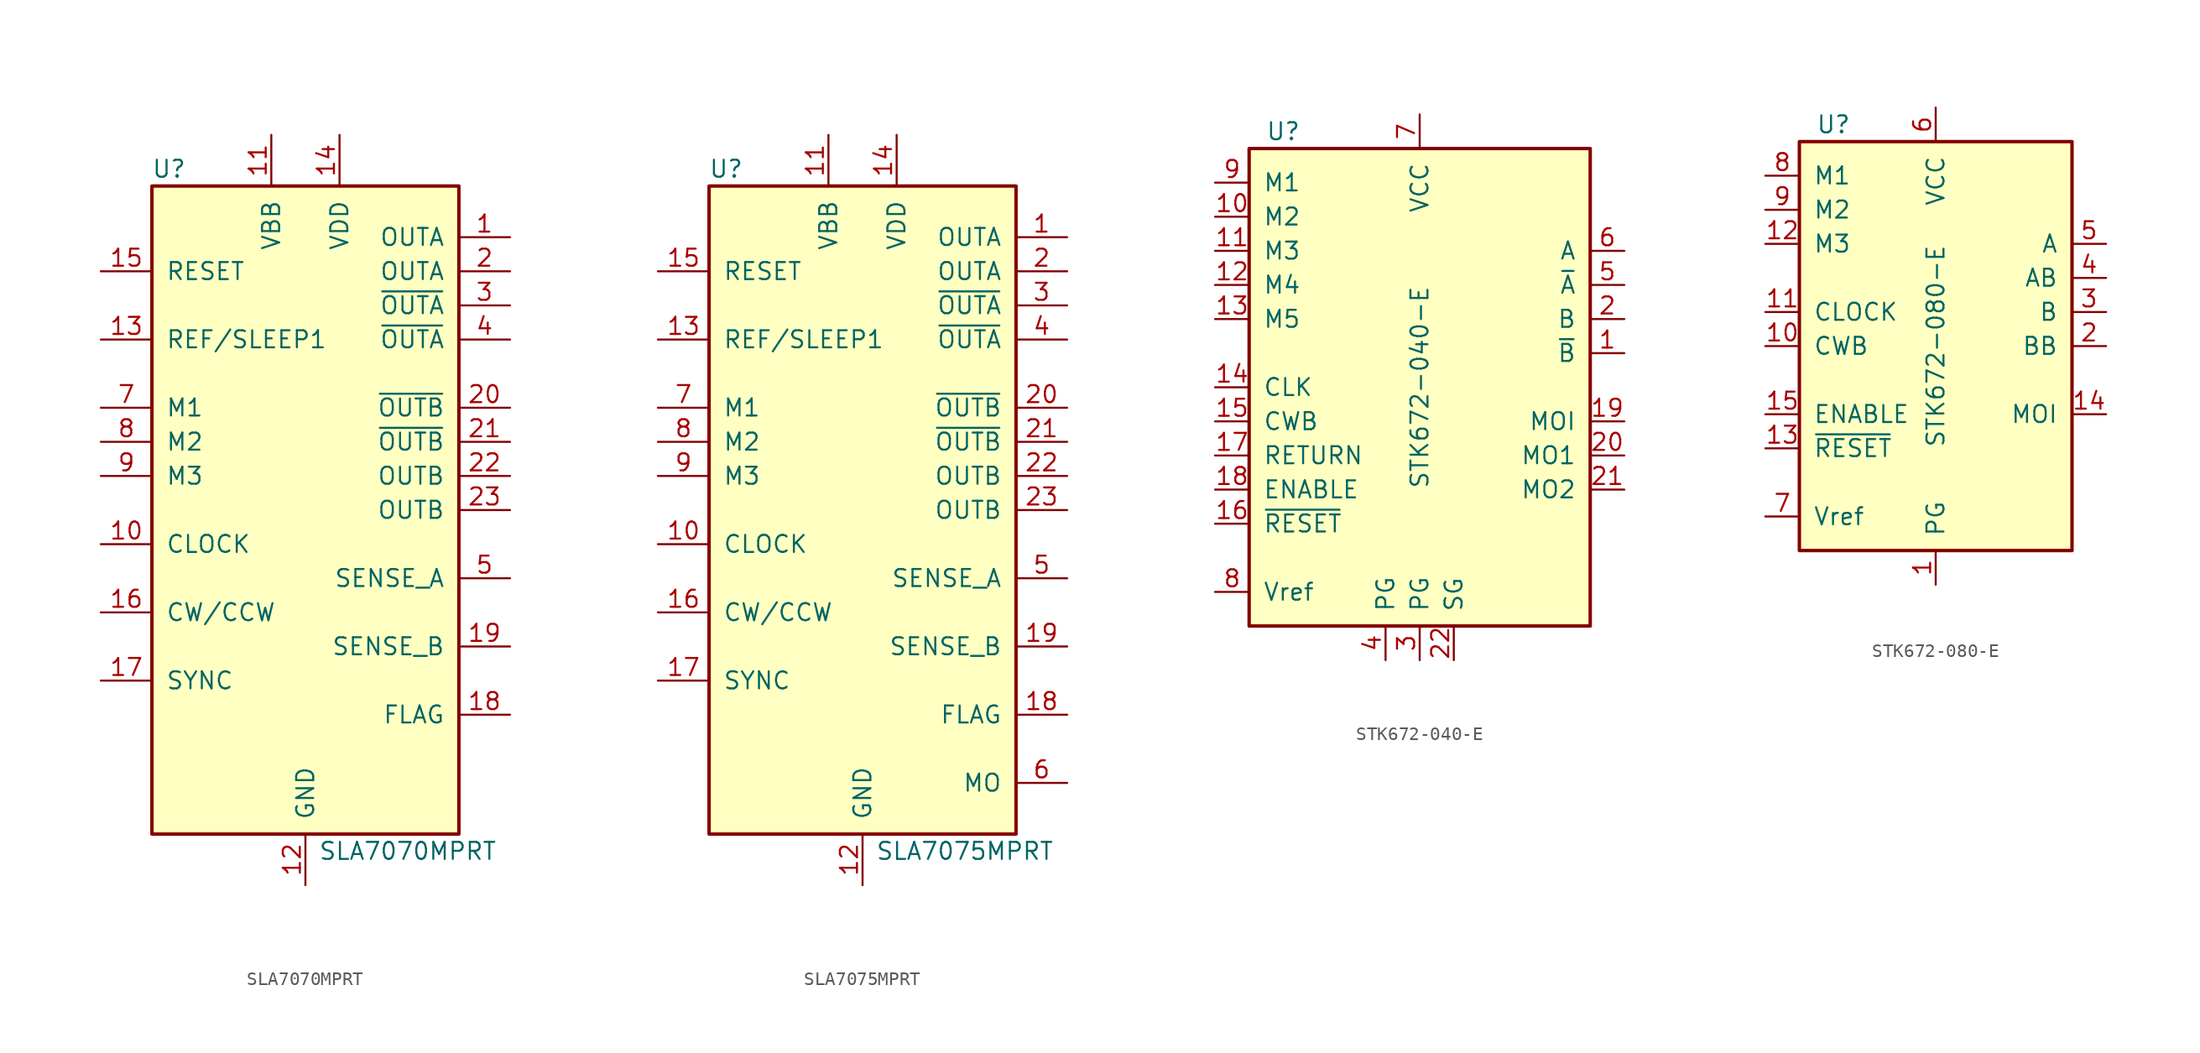
<source format=kicad_sym>
(kicad_symbol_lib
  (version 20201005)
  (generator kicad_symbol_editor)
  (symbol "Driver_Motor:SLA7070MPRT"
    (pin_names
      (offset 1.016))
    (property "Reference" "U"
      (at -10.16 25.4 0)
      (effects (font (size 1.27 1.27))))
    (property "Value" "SLA7070MPRT"
      (at 7.62 -25.4 0)
      (effects (font (size 1.27 1.27))))
    (symbol "SLA7070MPRT_0_1"
      (rectangle (start -11.43 24.13) (end 11.43 -24.13) (stroke (width 0.254)) (fill (type background))))
    (symbol "SLA7070MPRT_1_1"
      (pin output line (at 15.24 20.32 180) (length 3.81) (name "OUTA" (effects (font (size 1.27 1.27)))) (number "1" (effects (font (size 1.27 1.27)))))
      (pin input line (at -15.24 -2.54 0) (length 3.81) (name "CLOCK" (effects (font (size 1.27 1.27)))) (number "10" (effects (font (size 1.27 1.27)))))
      (pin power_in line (at -2.54 27.94 270) (length 3.81) (name "VBB" (effects (font (size 1.27 1.27)))) (number "11" (effects (font (size 1.27 1.27)))))
      (pin power_in line (at 0 -27.94 90) (length 3.81) (name "GND" (effects (font (size 1.27 1.27)))) (number "12" (effects (font (size 1.27 1.27)))))
      (pin input line (at -15.24 12.7 0) (length 3.81) (name "REF/SLEEP1" (effects (font (size 1.27 1.27)))) (number "13" (effects (font (size 1.27 1.27)))))
      (pin power_in line (at 2.54 27.94 270) (length 3.81) (name "VDD" (effects (font (size 1.27 1.27)))) (number "14" (effects (font (size 1.27 1.27)))))
      (pin input line (at -15.24 17.78 0) (length 3.81) (name "RESET" (effects (font (size 1.27 1.27)))) (number "15" (effects (font (size 1.27 1.27)))))
      (pin input line (at -15.24 -7.62 0) (length 3.81) (name "CW/CCW" (effects (font (size 1.27 1.27)))) (number "16" (effects (font (size 1.27 1.27)))))
      (pin input line (at -15.24 -12.7 0) (length 3.81) (name "SYNC" (effects (font (size 1.27 1.27)))) (number "17" (effects (font (size 1.27 1.27)))))
      (pin output line (at 15.24 -15.24 180) (length 3.81) (name "FLAG" (effects (font (size 1.27 1.27)))) (number "18" (effects (font (size 1.27 1.27)))))
      (pin output line (at 15.24 -10.16 180) (length 3.81) (name "SENSE_B" (effects (font (size 1.27 1.27)))) (number "19" (effects (font (size 1.27 1.27)))))
      (pin output line (at 15.24 17.78 180) (length 3.81) (name "OUTA" (effects (font (size 1.27 1.27)))) (number "2" (effects (font (size 1.27 1.27)))))
      (pin output line (at 15.24 7.62 180) (length 3.81) (name "~OUTB~" (effects (font (size 1.27 1.27)))) (number "20" (effects (font (size 1.27 1.27)))))
      (pin output line (at 15.24 5.08 180) (length 3.81) (name "~OUTB~" (effects (font (size 1.27 1.27)))) (number "21" (effects (font (size 1.27 1.27)))))
      (pin output line (at 15.24 2.54 180) (length 3.81) (name "OUTB" (effects (font (size 1.27 1.27)))) (number "22" (effects (font (size 1.27 1.27)))))
      (pin output line (at 15.24 0 180) (length 3.81) (name "OUTB" (effects (font (size 1.27 1.27)))) (number "23" (effects (font (size 1.27 1.27)))))
      (pin output line (at 15.24 15.24 180) (length 3.81) (name "~OUTA~" (effects (font (size 1.27 1.27)))) (number "3" (effects (font (size 1.27 1.27)))))
      (pin output line (at 15.24 12.7 180) (length 3.81) (name "~OUTA~" (effects (font (size 1.27 1.27)))) (number "4" (effects (font (size 1.27 1.27)))))
      (pin output line (at 15.24 -5.08 180) (length 3.81) (name "SENSE_A" (effects (font (size 1.27 1.27)))) (number "5" (effects (font (size 1.27 1.27)))))
      (pin no_connect line (at 10.16 -20.32 180) (length 3.81) hide (name "N.C." (effects (font (size 1.27 1.27)))) (number "6" (effects (font (size 1.27 1.27)))))
      (pin input line (at -15.24 7.62 0) (length 3.81) (name "M1" (effects (font (size 1.27 1.27)))) (number "7" (effects (font (size 1.27 1.27)))))
      (pin input line (at -15.24 5.08 0) (length 3.81) (name "M2" (effects (font (size 1.27 1.27)))) (number "8" (effects (font (size 1.27 1.27)))))
      (pin input line (at -15.24 2.54 0) (length 3.81) (name "M3" (effects (font (size 1.27 1.27)))) (number "9" (effects (font (size 1.27 1.27)))))))
  (symbol "Driver_Motor:SLA7075MPRT"
    (pin_names
      (offset 1.016))
    (property "Reference" "U"
      (at -10.16 25.4 0)
      (effects (font (size 1.27 1.27))))
    (property "Value" "SLA7075MPRT"
      (at 7.62 -25.4 0)
      (effects (font (size 1.27 1.27))))
    (symbol "SLA7075MPRT_0_1"
      (rectangle (start -11.43 24.13) (end 11.43 -24.13) (stroke (width 0.254)) (fill (type background))))
    (symbol "SLA7075MPRT_1_1"
      (pin output line (at 15.24 20.32 180) (length 3.81) (name "OUTA" (effects (font (size 1.27 1.27)))) (number "1" (effects (font (size 1.27 1.27)))))
      (pin input line (at -15.24 -2.54 0) (length 3.81) (name "CLOCK" (effects (font (size 1.27 1.27)))) (number "10" (effects (font (size 1.27 1.27)))))
      (pin power_in line (at -2.54 27.94 270) (length 3.81) (name "VBB" (effects (font (size 1.27 1.27)))) (number "11" (effects (font (size 1.27 1.27)))))
      (pin power_in line (at 0 -27.94 90) (length 3.81) (name "GND" (effects (font (size 1.27 1.27)))) (number "12" (effects (font (size 1.27 1.27)))))
      (pin input line (at -15.24 12.7 0) (length 3.81) (name "REF/SLEEP1" (effects (font (size 1.27 1.27)))) (number "13" (effects (font (size 1.27 1.27)))))
      (pin power_in line (at 2.54 27.94 270) (length 3.81) (name "VDD" (effects (font (size 1.27 1.27)))) (number "14" (effects (font (size 1.27 1.27)))))
      (pin input line (at -15.24 17.78 0) (length 3.81) (name "RESET" (effects (font (size 1.27 1.27)))) (number "15" (effects (font (size 1.27 1.27)))))
      (pin input line (at -15.24 -7.62 0) (length 3.81) (name "CW/CCW" (effects (font (size 1.27 1.27)))) (number "16" (effects (font (size 1.27 1.27)))))
      (pin input line (at -15.24 -12.7 0) (length 3.81) (name "SYNC" (effects (font (size 1.27 1.27)))) (number "17" (effects (font (size 1.27 1.27)))))
      (pin output line (at 15.24 -15.24 180) (length 3.81) (name "FLAG" (effects (font (size 1.27 1.27)))) (number "18" (effects (font (size 1.27 1.27)))))
      (pin output line (at 15.24 -10.16 180) (length 3.81) (name "SENSE_B" (effects (font (size 1.27 1.27)))) (number "19" (effects (font (size 1.27 1.27)))))
      (pin output line (at 15.24 17.78 180) (length 3.81) (name "OUTA" (effects (font (size 1.27 1.27)))) (number "2" (effects (font (size 1.27 1.27)))))
      (pin output line (at 15.24 7.62 180) (length 3.81) (name "~OUTB~" (effects (font (size 1.27 1.27)))) (number "20" (effects (font (size 1.27 1.27)))))
      (pin output line (at 15.24 5.08 180) (length 3.81) (name "~OUTB~" (effects (font (size 1.27 1.27)))) (number "21" (effects (font (size 1.27 1.27)))))
      (pin output line (at 15.24 2.54 180) (length 3.81) (name "OUTB" (effects (font (size 1.27 1.27)))) (number "22" (effects (font (size 1.27 1.27)))))
      (pin output line (at 15.24 0 180) (length 3.81) (name "OUTB" (effects (font (size 1.27 1.27)))) (number "23" (effects (font (size 1.27 1.27)))))
      (pin output line (at 15.24 15.24 180) (length 3.81) (name "~OUTA~" (effects (font (size 1.27 1.27)))) (number "3" (effects (font (size 1.27 1.27)))))
      (pin output line (at 15.24 12.7 180) (length 3.81) (name "~OUTA~" (effects (font (size 1.27 1.27)))) (number "4" (effects (font (size 1.27 1.27)))))
      (pin output line (at 15.24 -5.08 180) (length 3.81) (name "SENSE_A" (effects (font (size 1.27 1.27)))) (number "5" (effects (font (size 1.27 1.27)))))
      (pin output line (at 15.24 -20.32 180) (length 3.81) (name "MO" (effects (font (size 1.27 1.27)))) (number "6" (effects (font (size 1.27 1.27)))))
      (pin input line (at -15.24 7.62 0) (length 3.81) (name "M1" (effects (font (size 1.27 1.27)))) (number "7" (effects (font (size 1.27 1.27)))))
      (pin input line (at -15.24 5.08 0) (length 3.81) (name "M2" (effects (font (size 1.27 1.27)))) (number "8" (effects (font (size 1.27 1.27)))))
      (pin input line (at -15.24 2.54 0) (length 3.81) (name "M3" (effects (font (size 1.27 1.27)))) (number "9" (effects (font (size 1.27 1.27)))))))
  (symbol "Driver_Motor:STK672-040-E"
    (pin_names
      (offset 1.016))
    (property "Reference" "U"
      (at -10.16 19.05 0)
      (effects (font (size 1.27 1.27))))
    (property "Value" "STK672-040-E"
      (at 0 0 90)
      (effects (font (size 1.27 1.27))))
    (symbol "STK672-040-E_0_1"
      (rectangle (start -12.7 17.78) (end 12.7 -17.78) (stroke (width 0.254)) (fill (type background))))
    (symbol "STK672-040-E_1_1"
      (pin output line (at 15.24 2.54 180) (length 2.54) (name "~B~" (effects (font (size 1.27 1.27)))) (number "1" (effects (font (size 1.27 1.27)))))
      (pin input line (at -15.24 12.7 0) (length 2.54) (name "M2" (effects (font (size 1.27 1.27)))) (number "10" (effects (font (size 1.27 1.27)))))
      (pin input line (at -15.24 10.16 0) (length 2.54) (name "M3" (effects (font (size 1.27 1.27)))) (number "11" (effects (font (size 1.27 1.27)))))
      (pin input line (at -15.24 7.62 0) (length 2.54) (name "M4" (effects (font (size 1.27 1.27)))) (number "12" (effects (font (size 1.27 1.27)))))
      (pin input line (at -15.24 5.08 0) (length 2.54) (name "M5" (effects (font (size 1.27 1.27)))) (number "13" (effects (font (size 1.27 1.27)))))
      (pin input line (at -15.24 0 0) (length 2.54) (name "CLK" (effects (font (size 1.27 1.27)))) (number "14" (effects (font (size 1.27 1.27)))))
      (pin input line (at -15.24 -2.54 0) (length 2.54) (name "CWB" (effects (font (size 1.27 1.27)))) (number "15" (effects (font (size 1.27 1.27)))))
      (pin input line (at -15.24 -10.16 0) (length 2.54) (name "~RESET~" (effects (font (size 1.27 1.27)))) (number "16" (effects (font (size 1.27 1.27)))))
      (pin input line (at -15.24 -5.08 0) (length 2.54) (name "RETURN" (effects (font (size 1.27 1.27)))) (number "17" (effects (font (size 1.27 1.27)))))
      (pin input line (at -15.24 -7.62 0) (length 2.54) (name "ENABLE" (effects (font (size 1.27 1.27)))) (number "18" (effects (font (size 1.27 1.27)))))
      (pin output line (at 15.24 -2.54 180) (length 2.54) (name "MOI" (effects (font (size 1.27 1.27)))) (number "19" (effects (font (size 1.27 1.27)))))
      (pin output line (at 15.24 5.08 180) (length 2.54) (name "B" (effects (font (size 1.27 1.27)))) (number "2" (effects (font (size 1.27 1.27)))))
      (pin output line (at 15.24 -5.08 180) (length 2.54) (name "MO1" (effects (font (size 1.27 1.27)))) (number "20" (effects (font (size 1.27 1.27)))))
      (pin output line (at 15.24 -7.62 180) (length 2.54) (name "MO2" (effects (font (size 1.27 1.27)))) (number "21" (effects (font (size 1.27 1.27)))))
      (pin power_in line (at 2.54 -20.32 90) (length 2.54) (name "SG" (effects (font (size 1.27 1.27)))) (number "22" (effects (font (size 1.27 1.27)))))
      (pin power_in line (at 0 -20.32 90) (length 2.54) (name "PG" (effects (font (size 1.27 1.27)))) (number "3" (effects (font (size 1.27 1.27)))))
      (pin power_in line (at -2.54 -20.32 90) (length 2.54) (name "PG" (effects (font (size 1.27 1.27)))) (number "4" (effects (font (size 1.27 1.27)))))
      (pin output line (at 15.24 7.62 180) (length 2.54) (name "~A~" (effects (font (size 1.27 1.27)))) (number "5" (effects (font (size 1.27 1.27)))))
      (pin output line (at 15.24 10.16 180) (length 2.54) (name "A" (effects (font (size 1.27 1.27)))) (number "6" (effects (font (size 1.27 1.27)))))
      (pin power_in line (at 0 20.32 270) (length 2.54) (name "VCC" (effects (font (size 1.27 1.27)))) (number "7" (effects (font (size 1.27 1.27)))))
      (pin input line (at -15.24 -15.24 0) (length 2.54) (name "Vref" (effects (font (size 1.27 1.27)))) (number "8" (effects (font (size 1.27 1.27)))))
      (pin input line (at -15.24 15.24 0) (length 2.54) (name "M1" (effects (font (size 1.27 1.27)))) (number "9" (effects (font (size 1.27 1.27)))))))
  (symbol "Driver_Motor:STK672-080-E"
    (pin_names
      (offset 1.016))
    (property "Reference" "U"
      (at -7.62 16.51 0)
      (effects (font (size 1.27 1.27))))
    (property "Value" "STK672-080-E"
      (at 0 0 90)
      (effects (font (size 1.27 1.27))))
    (symbol "STK672-080-E_0_1"
      (rectangle (start -10.16 15.24) (end 10.16 -15.24) (stroke (width 0.254)) (fill (type background))))
    (symbol "STK672-080-E_1_1"
      (pin power_in line (at 0 -17.78 90) (length 2.54) (name "PG" (effects (font (size 1.27 1.27)))) (number "1" (effects (font (size 1.27 1.27)))))
      (pin input line (at -12.7 0 0) (length 2.54) (name "CWB" (effects (font (size 1.27 1.27)))) (number "10" (effects (font (size 1.27 1.27)))))
      (pin input line (at -12.7 2.54 0) (length 2.54) (name "CLOCK" (effects (font (size 1.27 1.27)))) (number "11" (effects (font (size 1.27 1.27)))))
      (pin input line (at -12.7 7.62 0) (length 2.54) (name "M3" (effects (font (size 1.27 1.27)))) (number "12" (effects (font (size 1.27 1.27)))))
      (pin input line (at -12.7 -7.62 0) (length 2.54) (name "~RESET~" (effects (font (size 1.27 1.27)))) (number "13" (effects (font (size 1.27 1.27)))))
      (pin output line (at 12.7 -5.08 180) (length 2.54) (name "MOI" (effects (font (size 1.27 1.27)))) (number "14" (effects (font (size 1.27 1.27)))))
      (pin input line (at -12.7 -5.08 0) (length 2.54) (name "ENABLE" (effects (font (size 1.27 1.27)))) (number "15" (effects (font (size 1.27 1.27)))))
      (pin output line (at 12.7 0 180) (length 2.54) (name "BB" (effects (font (size 1.27 1.27)))) (number "2" (effects (font (size 1.27 1.27)))))
      (pin output line (at 12.7 2.54 180) (length 2.54) (name "B" (effects (font (size 1.27 1.27)))) (number "3" (effects (font (size 1.27 1.27)))))
      (pin output line (at 12.7 5.08 180) (length 2.54) (name "AB" (effects (font (size 1.27 1.27)))) (number "4" (effects (font (size 1.27 1.27)))))
      (pin output line (at 12.7 7.62 180) (length 2.54) (name "A" (effects (font (size 1.27 1.27)))) (number "5" (effects (font (size 1.27 1.27)))))
      (pin power_in line (at 0 17.78 270) (length 2.54) (name "VCC" (effects (font (size 1.27 1.27)))) (number "6" (effects (font (size 1.27 1.27)))))
      (pin input line (at -12.7 -12.7 0) (length 2.54) (name "Vref" (effects (font (size 1.27 1.27)))) (number "7" (effects (font (size 1.27 1.27)))))
      (pin input line (at -12.7 12.7 0) (length 2.54) (name "M1" (effects (font (size 1.27 1.27)))) (number "8" (effects (font (size 1.27 1.27)))))
      (pin input line (at -12.7 10.16 0) (length 2.54) (name "M2" (effects (font (size 1.27 1.27)))) (number "9" (effects (font (size 1.27 1.27))))))))
</source>
